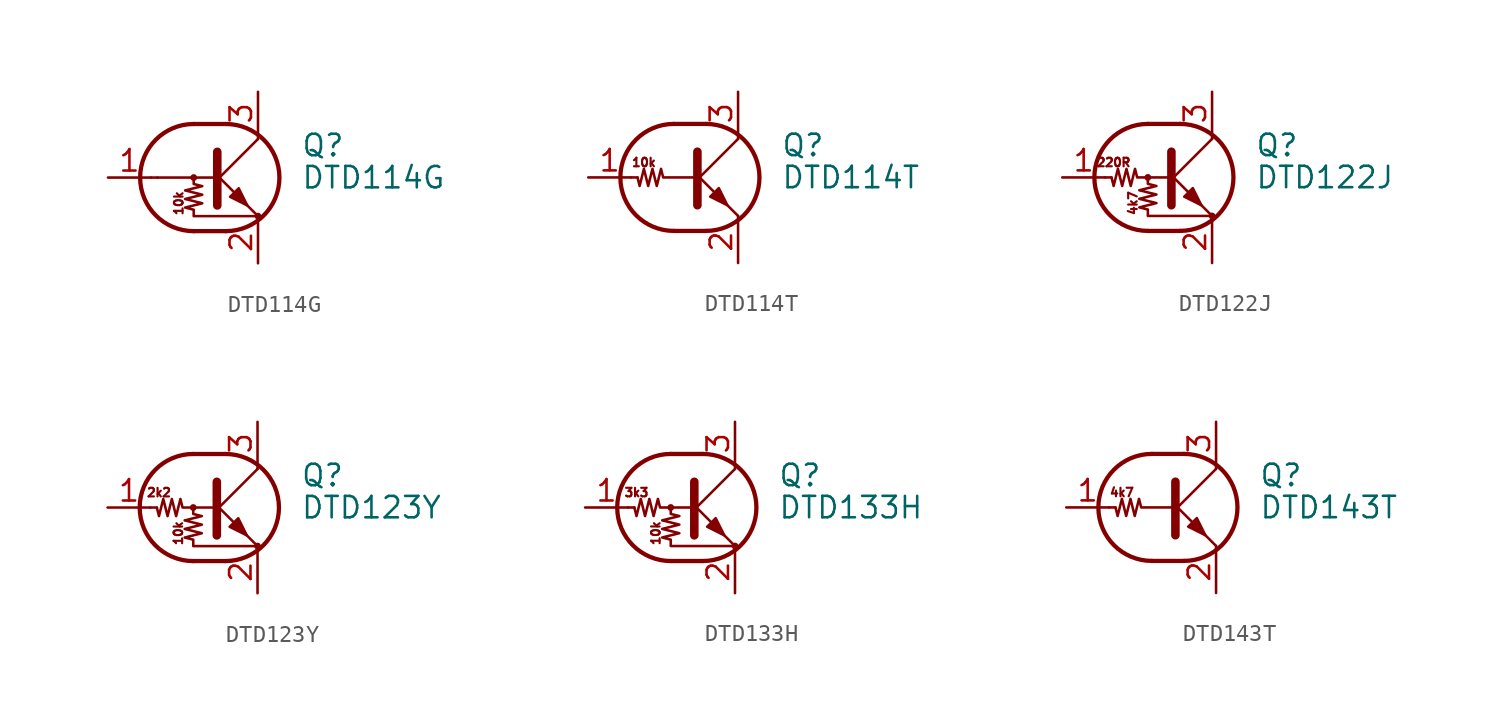
<source format=kicad_sym>
(kicad_symbol_lib
  (version 20211014)
  (generator kicad_symbol_editor)
  (symbol "DTD114G"
    (pin_names
      (offset 0) hide)
    (property "Reference" "Q"
      (at 5.08 1.905 0)
      (effects (font (size 1.27 1.27)) (justify left)))
    (property "Value" "DTD114G"
      (at 5.08 0 0)
      (effects (font (size 1.27 1.27)) (justify left)))
    (symbol "DTD114G_0_0"
      (polyline (pts (xy -3.429 0) (xy 0 0)) (stroke (width 0) (type default) (color 0 0 0 0)) (fill (type none)))
      (text "10k" (at -2.159 -1.524 900) (effects (font (size 0.508 0.508)))))
    (symbol "DTD114G_0_1"
      (circle (center -1.27 0) (radius 0.127) (stroke (width 0) (type default) (color 0 0 0 0)) (fill (type none)))
      (arc (start -1.27 3.175) (mid -4.445 0) (end -1.27 -3.175) (stroke (width 0.254) (type default) (color 0 0 0 0)) (fill (type none)))
      (polyline (pts (xy -3.429 0) (xy -3.81 0)) (stroke (width 0) (type default) (color 0 0 0 0)) (fill (type none)))
      (polyline (pts (xy -1.27 -3.175) (xy 0.635 -3.175)) (stroke (width 0.254) (type default) (color 0 0 0 0)) (fill (type none)))
      (polyline (pts (xy -1.27 3.175) (xy 0.635 3.175)) (stroke (width 0.254) (type default) (color 0 0 0 0)) (fill (type none)))
      (polyline (pts (xy 0 -0.254) (xy 2.54 2.286)) (stroke (width 0) (type default) (color 0 0 0 0)) (fill (type none)))
      (polyline (pts (xy 0.127 1.524) (xy 0.127 -1.651)) (stroke (width 0.508) (type default) (color 0 0 0 0)) (fill (type outline)))
      (polyline (pts (xy 2.54 2.286) (xy 2.54 2.54)) (stroke (width 0) (type default) (color 0 0 0 0)) (fill (type none)))
      (polyline (pts (xy 2.54 -2.286) (xy 0 0.254) (xy 0 0.254)) (stroke (width 0) (type default) (color 0 0 0 0)) (fill (type none)))
      (polyline (pts (xy 0.889 -1.143) (xy 1.397 -0.635) (xy 1.905 -1.651) (xy 0.889 -1.143)) (stroke (width 0) (type default) (color 0 0 0 0)) (fill (type outline)))
      (polyline (pts (xy -1.27 0) (xy -1.27 -0.381) (xy -0.762 -0.508) (xy -1.778 -0.762) (xy -0.762 -1.016) (xy -1.778 -1.27) (xy -0.762 -1.524) (xy -1.778 -1.778) (xy -1.27 -1.905) (xy -1.27 -2.286) (xy 2.54 -2.286)) (stroke (width 0) (type default) (color 0 0 0 0)) (fill (type none)))
      (arc (start 0.635 -3.175) (mid 3.81 0) (end 0.635 3.175) (stroke (width 0.254) (type default) (color 0 0 0 0)) (fill (type none)))
      (circle (center 2.54 -2.286) (radius 0.127) (stroke (width 0) (type default) (color 0 0 0 0)) (fill (type none))))
    (symbol "DTD114G_1_1"
      (pin input line (at -6.35 0 0) (length 2.54) (name "B" (effects (font (size 1.27 1.27)))) (number "1" (effects (font (size 1.27 1.27)))))
      (pin passive line (at 2.54 -5.08 90) (length 2.54) (name "E" (effects (font (size 1.27 1.27)))) (number "2" (effects (font (size 1.27 1.27)))))
      (pin passive line (at 2.54 5.08 270) (length 2.54) (name "C" (effects (font (size 1.27 1.27)))) (number "3" (effects (font (size 1.27 1.27)))))))
  (symbol "DTD114T"
    (pin_names
      (offset 0) hide)
    (property "Reference" "Q"
      (at 5.08 1.905 0)
      (effects (font (size 1.27 1.27)) (justify left)))
    (property "Value" "DTD114T"
      (at 5.08 0 0)
      (effects (font (size 1.27 1.27)) (justify left)))
    (symbol "DTD114T_0_0"
      (polyline (pts (xy 2.54 -2.286) (xy 2.54 -2.54)) (stroke (width 0) (type default) (color 0 0 0 0)) (fill (type none)))
      (text "10k" (at -3.048 0.889 0) (effects (font (size 0.508 0.508)))))
    (symbol "DTD114T_0_1"
      (arc (start -1.27 3.175) (mid -4.445 0) (end -1.27 -3.175) (stroke (width 0.254) (type default) (color 0 0 0 0)) (fill (type none)))
      (polyline (pts (xy -3.429 0) (xy -3.81 0)) (stroke (width 0) (type default) (color 0 0 0 0)) (fill (type none)))
      (polyline (pts (xy -1.27 -3.175) (xy 0.635 -3.175)) (stroke (width 0.254) (type default) (color 0 0 0 0)) (fill (type none)))
      (polyline (pts (xy -1.27 3.175) (xy 0.635 3.175)) (stroke (width 0.254) (type default) (color 0 0 0 0)) (fill (type none)))
      (polyline (pts (xy 0 -0.254) (xy 2.54 2.286)) (stroke (width 0) (type default) (color 0 0 0 0)) (fill (type none)))
      (polyline (pts (xy 0.127 1.524) (xy 0.127 -1.651)) (stroke (width 0.508) (type default) (color 0 0 0 0)) (fill (type outline)))
      (polyline (pts (xy 2.54 2.286) (xy 2.54 2.54)) (stroke (width 0) (type default) (color 0 0 0 0)) (fill (type none)))
      (polyline (pts (xy 2.54 -2.286) (xy 0 0.254) (xy 0 0.254)) (stroke (width 0) (type default) (color 0 0 0 0)) (fill (type none)))
      (polyline (pts (xy 0.889 -1.143) (xy 1.397 -0.635) (xy 1.905 -1.651) (xy 0.889 -1.143)) (stroke (width 0) (type default) (color 0 0 0 0)) (fill (type outline)))
      (polyline (pts (xy 0 0) (xy -1.905 0) (xy -2.032 0.508) (xy -2.286 -0.508) (xy -2.54 0.508) (xy -2.794 -0.508) (xy -3.048 0.508) (xy -3.302 -0.508) (xy -3.429 0)) (stroke (width 0) (type default) (color 0 0 0 0)) (fill (type none)))
      (arc (start 0.635 -3.175) (mid 3.81 0) (end 0.635 3.175) (stroke (width 0.254) (type default) (color 0 0 0 0)) (fill (type none))))
    (symbol "DTD114T_1_1"
      (pin input line (at -6.35 0 0) (length 2.54) (name "B" (effects (font (size 1.27 1.27)))) (number "1" (effects (font (size 1.27 1.27)))))
      (pin passive line (at 2.54 -5.08 90) (length 2.54) (name "E" (effects (font (size 1.27 1.27)))) (number "2" (effects (font (size 1.27 1.27)))))
      (pin passive line (at 2.54 5.08 270) (length 2.54) (name "C" (effects (font (size 1.27 1.27)))) (number "3" (effects (font (size 1.27 1.27)))))))
  (symbol "DTD122J"
    (pin_names
      (offset 0) hide)
    (property "Reference" "Q"
      (at 5.08 1.905 0)
      (effects (font (size 1.27 1.27)) (justify left)))
    (property "Value" "DTD122J"
      (at 5.08 0 0)
      (effects (font (size 1.27 1.27)) (justify left)))
    (symbol "DTD122J_0_0"
      (text "220R" (at -3.302 0.889 0) (effects (font (size 0.508 0.508))))
      (text "4k7" (at -2.159 -1.524 900) (effects (font (size 0.508 0.508)))))
    (symbol "DTD122J_0_1"
      (circle (center -1.27 0) (radius 0.127) (stroke (width 0) (type default) (color 0 0 0 0)) (fill (type none)))
      (arc (start -1.27 3.175) (mid -4.445 0) (end -1.27 -3.175) (stroke (width 0.254) (type default) (color 0 0 0 0)) (fill (type none)))
      (polyline (pts (xy -3.429 0) (xy -3.81 0)) (stroke (width 0) (type default) (color 0 0 0 0)) (fill (type none)))
      (polyline (pts (xy -1.27 -3.175) (xy 0.635 -3.175)) (stroke (width 0.254) (type default) (color 0 0 0 0)) (fill (type none)))
      (polyline (pts (xy -1.27 3.175) (xy 0.635 3.175)) (stroke (width 0.254) (type default) (color 0 0 0 0)) (fill (type none)))
      (polyline (pts (xy 0 -0.254) (xy 2.54 2.286)) (stroke (width 0) (type default) (color 0 0 0 0)) (fill (type none)))
      (polyline (pts (xy 0.127 1.524) (xy 0.127 -1.651)) (stroke (width 0.508) (type default) (color 0 0 0 0)) (fill (type outline)))
      (polyline (pts (xy 2.54 2.286) (xy 2.54 2.54)) (stroke (width 0) (type default) (color 0 0 0 0)) (fill (type none)))
      (polyline (pts (xy 2.54 -2.286) (xy 0 0.254) (xy 0 0.254)) (stroke (width 0) (type default) (color 0 0 0 0)) (fill (type none)))
      (polyline (pts (xy 0.889 -1.143) (xy 1.397 -0.635) (xy 1.905 -1.651) (xy 0.889 -1.143)) (stroke (width 0) (type default) (color 0 0 0 0)) (fill (type outline)))
      (polyline (pts (xy 0 0) (xy -1.905 0) (xy -2.032 0.508) (xy -2.286 -0.508) (xy -2.54 0.508) (xy -2.794 -0.508) (xy -3.048 0.508) (xy -3.302 -0.508) (xy -3.429 0)) (stroke (width 0) (type default) (color 0 0 0 0)) (fill (type none)))
      (polyline (pts (xy -1.27 0) (xy -1.27 -0.381) (xy -0.762 -0.508) (xy -1.778 -0.762) (xy -0.762 -1.016) (xy -1.778 -1.27) (xy -0.762 -1.524) (xy -1.778 -1.778) (xy -1.27 -1.905) (xy -1.27 -2.286) (xy 2.54 -2.286)) (stroke (width 0) (type default) (color 0 0 0 0)) (fill (type none)))
      (arc (start 0.635 -3.175) (mid 3.81 0) (end 0.635 3.175) (stroke (width 0.254) (type default) (color 0 0 0 0)) (fill (type none)))
      (circle (center 2.54 -2.286) (radius 0.127) (stroke (width 0) (type default) (color 0 0 0 0)) (fill (type none))))
    (symbol "DTD122J_1_1"
      (pin input line (at -6.35 0 0) (length 2.54) (name "B" (effects (font (size 1.27 1.27)))) (number "1" (effects (font (size 1.27 1.27)))))
      (pin passive line (at 2.54 -5.08 90) (length 2.54) (name "E" (effects (font (size 1.27 1.27)))) (number "2" (effects (font (size 1.27 1.27)))))
      (pin passive line (at 2.54 5.08 270) (length 2.54) (name "C" (effects (font (size 1.27 1.27)))) (number "3" (effects (font (size 1.27 1.27)))))))
  (symbol "DTD123Y"
    (pin_names
      (offset 0) hide)
    (property "Reference" "Q"
      (at 5.08 1.905 0)
      (effects (font (size 1.27 1.27)) (justify left)))
    (property "Value" "DTD123Y"
      (at 5.08 0 0)
      (effects (font (size 1.27 1.27)) (justify left)))
    (symbol "DTD123Y_0_0"
      (text "10k" (at -2.159 -1.524 900) (effects (font (size 0.508 0.508))))
      (text "2k2" (at -3.302 0.889 0) (effects (font (size 0.508 0.508)))))
    (symbol "DTD123Y_0_1"
      (circle (center -1.27 0) (radius 0.127) (stroke (width 0) (type default) (color 0 0 0 0)) (fill (type none)))
      (arc (start -1.27 3.175) (mid -4.445 0) (end -1.27 -3.175) (stroke (width 0.254) (type default) (color 0 0 0 0)) (fill (type none)))
      (polyline (pts (xy -3.429 0) (xy -3.81 0)) (stroke (width 0) (type default) (color 0 0 0 0)) (fill (type none)))
      (polyline (pts (xy -1.27 -3.175) (xy 0.635 -3.175)) (stroke (width 0.254) (type default) (color 0 0 0 0)) (fill (type none)))
      (polyline (pts (xy -1.27 3.175) (xy 0.635 3.175)) (stroke (width 0.254) (type default) (color 0 0 0 0)) (fill (type none)))
      (polyline (pts (xy 0 -0.254) (xy 2.54 2.286)) (stroke (width 0) (type default) (color 0 0 0 0)) (fill (type none)))
      (polyline (pts (xy 0.127 1.524) (xy 0.127 -1.651)) (stroke (width 0.508) (type default) (color 0 0 0 0)) (fill (type outline)))
      (polyline (pts (xy 2.54 2.286) (xy 2.54 2.54)) (stroke (width 0) (type default) (color 0 0 0 0)) (fill (type none)))
      (polyline (pts (xy 2.54 -2.286) (xy 0 0.254) (xy 0 0.254)) (stroke (width 0) (type default) (color 0 0 0 0)) (fill (type none)))
      (polyline (pts (xy 0.889 -1.143) (xy 1.397 -0.635) (xy 1.905 -1.651) (xy 0.889 -1.143)) (stroke (width 0) (type default) (color 0 0 0 0)) (fill (type outline)))
      (polyline (pts (xy 0 0) (xy -1.905 0) (xy -2.032 0.508) (xy -2.286 -0.508) (xy -2.54 0.508) (xy -2.794 -0.508) (xy -3.048 0.508) (xy -3.302 -0.508) (xy -3.429 0)) (stroke (width 0) (type default) (color 0 0 0 0)) (fill (type none)))
      (polyline (pts (xy -1.27 0) (xy -1.27 -0.381) (xy -0.762 -0.508) (xy -1.778 -0.762) (xy -0.762 -1.016) (xy -1.778 -1.27) (xy -0.762 -1.524) (xy -1.778 -1.778) (xy -1.27 -1.905) (xy -1.27 -2.286) (xy 2.54 -2.286)) (stroke (width 0) (type default) (color 0 0 0 0)) (fill (type none)))
      (arc (start 0.635 -3.175) (mid 3.81 0) (end 0.635 3.175) (stroke (width 0.254) (type default) (color 0 0 0 0)) (fill (type none)))
      (circle (center 2.54 -2.286) (radius 0.127) (stroke (width 0) (type default) (color 0 0 0 0)) (fill (type none))))
    (symbol "DTD123Y_1_1"
      (pin input line (at -6.35 0 0) (length 2.54) (name "B" (effects (font (size 1.27 1.27)))) (number "1" (effects (font (size 1.27 1.27)))))
      (pin passive line (at 2.54 -5.08 90) (length 2.54) (name "E" (effects (font (size 1.27 1.27)))) (number "2" (effects (font (size 1.27 1.27)))))
      (pin passive line (at 2.54 5.08 270) (length 2.54) (name "C" (effects (font (size 1.27 1.27)))) (number "3" (effects (font (size 1.27 1.27)))))))
  (symbol "DTD133H"
    (pin_names
      (offset 0) hide)
    (property "Reference" "Q"
      (at 5.08 1.905 0)
      (effects (font (size 1.27 1.27)) (justify left)))
    (property "Value" "DTD133H"
      (at 5.08 0 0)
      (effects (font (size 1.27 1.27)) (justify left)))
    (symbol "DTD133H_0_0"
      (text "10k" (at -2.159 -1.524 900) (effects (font (size 0.508 0.508))))
      (text "3k3" (at -3.302 0.889 0) (effects (font (size 0.508 0.508)))))
    (symbol "DTD133H_0_1"
      (circle (center -1.27 0) (radius 0.127) (stroke (width 0) (type default) (color 0 0 0 0)) (fill (type none)))
      (arc (start -1.27 3.175) (mid -4.445 0) (end -1.27 -3.175) (stroke (width 0.254) (type default) (color 0 0 0 0)) (fill (type none)))
      (polyline (pts (xy -3.429 0) (xy -3.81 0)) (stroke (width 0) (type default) (color 0 0 0 0)) (fill (type none)))
      (polyline (pts (xy -1.27 -3.175) (xy 0.635 -3.175)) (stroke (width 0.254) (type default) (color 0 0 0 0)) (fill (type none)))
      (polyline (pts (xy -1.27 3.175) (xy 0.635 3.175)) (stroke (width 0.254) (type default) (color 0 0 0 0)) (fill (type none)))
      (polyline (pts (xy 0 -0.254) (xy 2.54 2.286)) (stroke (width 0) (type default) (color 0 0 0 0)) (fill (type none)))
      (polyline (pts (xy 0.127 1.524) (xy 0.127 -1.651)) (stroke (width 0.508) (type default) (color 0 0 0 0)) (fill (type outline)))
      (polyline (pts (xy 2.54 2.286) (xy 2.54 2.54)) (stroke (width 0) (type default) (color 0 0 0 0)) (fill (type none)))
      (polyline (pts (xy 2.54 -2.286) (xy 0 0.254) (xy 0 0.254)) (stroke (width 0) (type default) (color 0 0 0 0)) (fill (type none)))
      (polyline (pts (xy 0.889 -1.143) (xy 1.397 -0.635) (xy 1.905 -1.651) (xy 0.889 -1.143)) (stroke (width 0) (type default) (color 0 0 0 0)) (fill (type outline)))
      (polyline (pts (xy 0 0) (xy -1.905 0) (xy -2.032 0.508) (xy -2.286 -0.508) (xy -2.54 0.508) (xy -2.794 -0.508) (xy -3.048 0.508) (xy -3.302 -0.508) (xy -3.429 0)) (stroke (width 0) (type default) (color 0 0 0 0)) (fill (type none)))
      (polyline (pts (xy -1.27 0) (xy -1.27 -0.381) (xy -0.762 -0.508) (xy -1.778 -0.762) (xy -0.762 -1.016) (xy -1.778 -1.27) (xy -0.762 -1.524) (xy -1.778 -1.778) (xy -1.27 -1.905) (xy -1.27 -2.286) (xy 2.54 -2.286)) (stroke (width 0) (type default) (color 0 0 0 0)) (fill (type none)))
      (arc (start 0.635 -3.175) (mid 3.81 0) (end 0.635 3.175) (stroke (width 0.254) (type default) (color 0 0 0 0)) (fill (type none)))
      (circle (center 2.54 -2.286) (radius 0.127) (stroke (width 0) (type default) (color 0 0 0 0)) (fill (type none))))
    (symbol "DTD133H_1_1"
      (pin input line (at -6.35 0 0) (length 2.54) (name "B" (effects (font (size 1.27 1.27)))) (number "1" (effects (font (size 1.27 1.27)))))
      (pin passive line (at 2.54 -5.08 90) (length 2.54) (name "E" (effects (font (size 1.27 1.27)))) (number "2" (effects (font (size 1.27 1.27)))))
      (pin passive line (at 2.54 5.08 270) (length 2.54) (name "C" (effects (font (size 1.27 1.27)))) (number "3" (effects (font (size 1.27 1.27)))))))
  (symbol "DTD143T"
    (pin_names
      (offset 0) hide)
    (property "Reference" "Q"
      (at 5.08 1.905 0)
      (effects (font (size 1.27 1.27)) (justify left)))
    (property "Value" "DTD143T"
      (at 5.08 0 0)
      (effects (font (size 1.27 1.27)) (justify left)))
    (symbol "DTD143T_0_0"
      (polyline (pts (xy 2.54 -2.286) (xy 2.54 -2.54)) (stroke (width 0) (type default) (color 0 0 0 0)) (fill (type none)))
      (text "4k7" (at -3.048 0.889 0) (effects (font (size 0.508 0.508)))))
    (symbol "DTD143T_0_1"
      (arc (start -1.27 3.175) (mid -4.445 0) (end -1.27 -3.175) (stroke (width 0.254) (type default) (color 0 0 0 0)) (fill (type none)))
      (polyline (pts (xy -3.429 0) (xy -3.81 0)) (stroke (width 0) (type default) (color 0 0 0 0)) (fill (type none)))
      (polyline (pts (xy -1.27 -3.175) (xy 0.635 -3.175)) (stroke (width 0.254) (type default) (color 0 0 0 0)) (fill (type none)))
      (polyline (pts (xy -1.27 3.175) (xy 0.635 3.175)) (stroke (width 0.254) (type default) (color 0 0 0 0)) (fill (type none)))
      (polyline (pts (xy 0 -0.254) (xy 2.54 2.286)) (stroke (width 0) (type default) (color 0 0 0 0)) (fill (type none)))
      (polyline (pts (xy 0.127 1.524) (xy 0.127 -1.651)) (stroke (width 0.508) (type default) (color 0 0 0 0)) (fill (type outline)))
      (polyline (pts (xy 2.54 2.286) (xy 2.54 2.54)) (stroke (width 0) (type default) (color 0 0 0 0)) (fill (type none)))
      (polyline (pts (xy 2.54 -2.286) (xy 0 0.254) (xy 0 0.254)) (stroke (width 0) (type default) (color 0 0 0 0)) (fill (type none)))
      (polyline (pts (xy 0.889 -1.143) (xy 1.397 -0.635) (xy 1.905 -1.651) (xy 0.889 -1.143)) (stroke (width 0) (type default) (color 0 0 0 0)) (fill (type outline)))
      (polyline (pts (xy 0 0) (xy -1.905 0) (xy -2.032 0.508) (xy -2.286 -0.508) (xy -2.54 0.508) (xy -2.794 -0.508) (xy -3.048 0.508) (xy -3.302 -0.508) (xy -3.429 0)) (stroke (width 0) (type default) (color 0 0 0 0)) (fill (type none)))
      (arc (start 0.635 -3.175) (mid 3.81 0) (end 0.635 3.175) (stroke (width 0.254) (type default) (color 0 0 0 0)) (fill (type none))))
    (symbol "DTD143T_1_1"
      (pin input line (at -6.35 0 0) (length 2.54) (name "B" (effects (font (size 1.27 1.27)))) (number "1" (effects (font (size 1.27 1.27)))))
      (pin passive line (at 2.54 -5.08 90) (length 2.54) (name "E" (effects (font (size 1.27 1.27)))) (number "2" (effects (font (size 1.27 1.27)))))
      (pin passive line (at 2.54 5.08 270) (length 2.54) (name "C" (effects (font (size 1.27 1.27)))) (number "3" (effects (font (size 1.27 1.27))))))))
</source>
